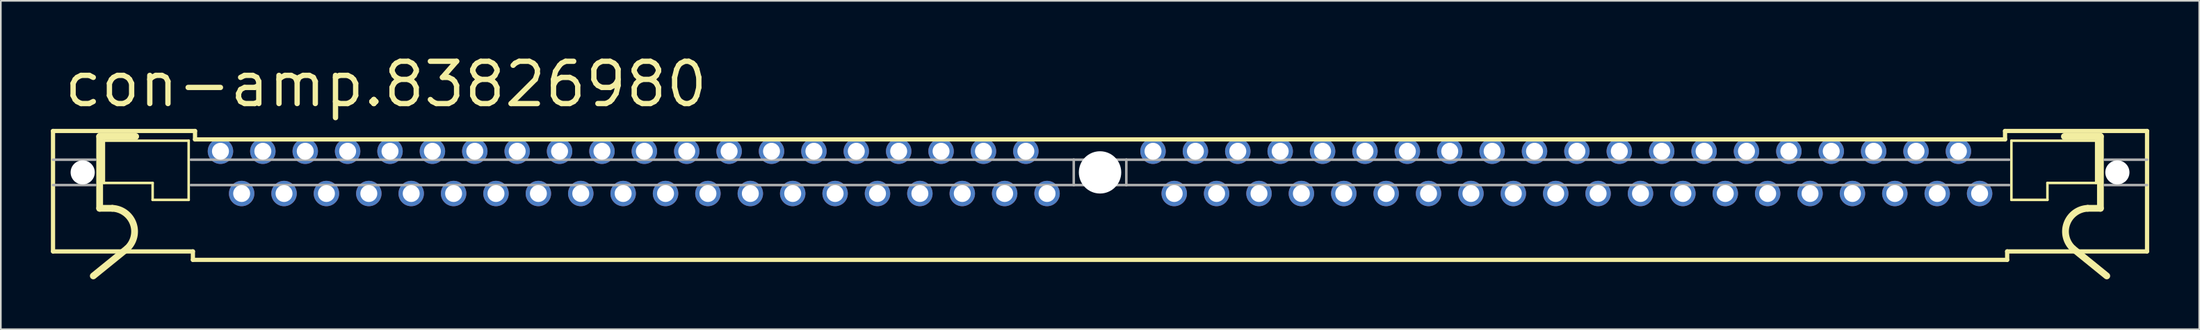
<source format=kicad_pcb>
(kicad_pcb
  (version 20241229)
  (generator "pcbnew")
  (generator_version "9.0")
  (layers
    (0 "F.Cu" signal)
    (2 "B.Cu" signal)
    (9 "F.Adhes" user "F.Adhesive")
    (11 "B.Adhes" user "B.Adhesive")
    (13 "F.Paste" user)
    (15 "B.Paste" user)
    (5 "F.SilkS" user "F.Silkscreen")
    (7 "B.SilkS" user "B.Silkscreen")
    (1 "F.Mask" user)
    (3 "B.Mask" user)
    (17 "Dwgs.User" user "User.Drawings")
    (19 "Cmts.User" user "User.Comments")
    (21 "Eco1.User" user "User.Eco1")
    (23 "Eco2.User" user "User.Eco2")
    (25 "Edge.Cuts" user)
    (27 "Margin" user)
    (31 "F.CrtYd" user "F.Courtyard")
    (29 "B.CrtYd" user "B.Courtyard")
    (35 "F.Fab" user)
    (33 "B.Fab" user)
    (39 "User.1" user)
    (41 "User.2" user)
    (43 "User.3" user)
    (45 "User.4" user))
  (footprint "con-amp.83826980"
    (layer "F.Cu")
    (at 62.865 7.31)
    (property "Reference" "con-amp.83826980" (at -62.23 -3.81 0) (layer "F.SilkS") (effects (font (size 2.54 2.54) (thickness 0.32)) (justify left bottom)))
    (attr through_hole)
    (fp_line (start -62.738 -2.489) (end -54.229 -2.489) (stroke (width 0.254) (type default)) (layer "F.SilkS"))
    (fp_line (start -62.738 4.75) (end -62.738 -2.489) (stroke (width 0.254) (type default)) (layer "F.SilkS"))
    (fp_line (start -59.944 -2.159) (end -59.944 2.159) (stroke (width 0.406) (type default)) (layer "F.SilkS"))
    (fp_line (start -59.944 2.159) (end -59.182 2.159) (stroke (width 0.406) (type default)) (layer "F.SilkS"))
    (fp_line (start -59.69 -1.905) (end -59.69 0.635) (stroke (width 0.152) (type default)) (layer "F.SilkS"))
    (fp_line (start -58.293 4.572) (end -60.325 6.223) (stroke (width 0.406) (type default)) (layer "F.SilkS"))
    (fp_line (start -57.785 -2.159) (end -59.944 -2.159) (stroke (width 0.406) (type default)) (layer "F.SilkS"))
    (fp_line (start -56.769 0.635) (end -59.69 0.635) (stroke (width 0.152) (type default)) (layer "F.SilkS"))
    (fp_line (start -56.769 1.651) (end -56.769 0.635) (stroke (width 0.152) (type default)) (layer "F.SilkS"))
    (fp_line (start -56.769 1.651) (end -54.61 1.651) (stroke (width 0.152) (type default)) (layer "F.SilkS"))
    (fp_line (start -54.61 -1.905) (end -59.69 -1.905) (stroke (width 0.152) (type default)) (layer "F.SilkS"))
    (fp_line (start -54.61 1.651) (end -54.61 -1.905) (stroke (width 0.152) (type default)) (layer "F.SilkS"))
    (fp_line (start -54.356 4.75) (end -62.738 4.75) (stroke (width 0.254) (type default)) (layer "F.SilkS"))
    (fp_line (start -54.356 5.258) (end -54.356 4.75) (stroke (width 0.254) (type default)) (layer "F.SilkS"))
    (fp_line (start -54.229 -1.981) (end -54.229 -2.489) (stroke (width 0.254) (type default)) (layer "F.SilkS"))
    (fp_line (start -54.229 -1.981) (end 54.229 -1.981) (stroke (width 0.254) (type default)) (layer "F.SilkS"))
    (fp_line (start 54.229 -2.489) (end 62.738 -2.489) (stroke (width 0.254) (type default)) (layer "F.SilkS"))
    (fp_line (start 54.229 -1.981) (end 54.229 -2.489) (stroke (width 0.254) (type default)) (layer "F.SilkS"))
    (fp_line (start 54.356 4.75) (end 54.356 5.258) (stroke (width 0.254) (type default)) (layer "F.SilkS"))
    (fp_line (start 54.356 5.258) (end -54.356 5.258) (stroke (width 0.254) (type default)) (layer "F.SilkS"))
    (fp_line (start 54.61 -1.905) (end 59.69 -1.905) (stroke (width 0.152) (type default)) (layer "F.SilkS"))
    (fp_line (start 54.61 1.651) (end 54.61 -1.905) (stroke (width 0.152) (type default)) (layer "F.SilkS"))
    (fp_line (start 56.769 0.635) (end 59.69 0.635) (stroke (width 0.152) (type default)) (layer "F.SilkS"))
    (fp_line (start 56.769 1.651) (end 54.61 1.651) (stroke (width 0.152) (type default)) (layer "F.SilkS"))
    (fp_line (start 56.769 1.651) (end 56.769 0.635) (stroke (width 0.152) (type default)) (layer "F.SilkS"))
    (fp_line (start 57.785 -2.159) (end 59.944 -2.159) (stroke (width 0.406) (type default)) (layer "F.SilkS"))
    (fp_line (start 58.293 4.572) (end 60.325 6.223) (stroke (width 0.406) (type default)) (layer "F.SilkS"))
    (fp_line (start 59.69 -1.905) (end 59.69 0.635) (stroke (width 0.152) (type default)) (layer "F.SilkS"))
    (fp_line (start 59.944 -2.159) (end 59.944 2.159) (stroke (width 0.406) (type default)) (layer "F.SilkS"))
    (fp_line (start 59.944 2.159) (end 59.182 2.159) (stroke (width 0.406) (type default)) (layer "F.SilkS"))
    (fp_line (start 62.738 -2.489) (end 62.738 4.75) (stroke (width 0.254) (type default)) (layer "F.SilkS"))
    (fp_line (start 62.738 4.75) (end 54.356 4.75) (stroke (width 0.254) (type default)) (layer "F.SilkS"))
    (fp_arc (start -59.182 2.159) (mid -57.936479 3.07034) (end -58.2931 4.5719) (stroke (width 0.4064) (type default)) (layer "F.SilkS"))
    (fp_arc (start 58.293 4.572) (mid 57.936368 3.070308) (end 59.182 2.1589) (stroke (width 0.4064) (type default)) (layer "F.SilkS"))
    (fp_line (start -62.738 -0.762) (end -60.198 -0.762) (stroke (width 0.152) (type default)) (layer "F.Fab"))
    (fp_line (start -62.738 0.762) (end -60.198 0.762) (stroke (width 0.152) (type default)) (layer "F.Fab"))
    (fp_line (start -54.483 -0.762) (end -1.575 -0.762) (stroke (width 0.152) (type default)) (layer "F.Fab"))
    (fp_line (start -54.483 0.762) (end -1.575 0.762) (stroke (width 0.152) (type default)) (layer "F.Fab"))
    (fp_line (start -1.575 -0.762) (end 1.575 -0.762) (stroke (width 0.152) (type default)) (layer "F.Fab"))
    (fp_line (start -1.575 0.762) (end -1.575 -0.762) (stroke (width 0.152) (type default)) (layer "F.Fab"))
    (fp_line (start -1.575 0.762) (end 1.575 0.762) (stroke (width 0.152) (type default)) (layer "F.Fab"))
    (fp_line (start 1.575 0.762) (end 1.575 -0.762) (stroke (width 0.152) (type default)) (layer "F.Fab"))
    (fp_line (start 54.483 -0.762) (end 1.575 -0.762) (stroke (width 0.152) (type default)) (layer "F.Fab"))
    (fp_line (start 54.483 0.762) (end 1.575 0.762) (stroke (width 0.152) (type default)) (layer "F.Fab"))
    (fp_line (start 62.738 -0.762) (end 60.198 -0.762) (stroke (width 0.152) (type default)) (layer "F.Fab"))
    (fp_line (start 62.738 0.762) (end 60.198 0.762) (stroke (width 0.152) (type default)) (layer "F.Fab"))
    (pad "" np_thru_hole circle (at -60.96 0) (size 1.448 1.448) (drill 1.448) (layers "*.Cu" "*.Mask"))
    (pad "" np_thru_hole circle (at 0 0) (size 2.54 2.54) (drill 2.54) (layers "*.Cu" "*.Mask"))
    (pad "" np_thru_hole circle (at 60.96 0) (size 1.448 1.448) (drill 1.448) (layers "*.Cu" "*.Mask"))
    (pad "1" thru_hole circle (at -52.705 -1.27) (size 1.524 1.524) (drill 1.016) (layers "*.Cu" "*.Mask"))
    (pad "2" thru_hole circle (at -51.435 1.27) (size 1.524 1.524) (drill 1.016) (layers "*.Cu" "*.Mask"))
    (pad "3" thru_hole circle (at -50.165 -1.27) (size 1.524 1.524) (drill 1.016) (layers "*.Cu" "*.Mask"))
    (pad "4" thru_hole circle (at -48.895 1.27) (size 1.524 1.524) (drill 1.016) (layers "*.Cu" "*.Mask"))
    (pad "5" thru_hole circle (at -47.625 -1.27) (size 1.524 1.524) (drill 1.016) (layers "*.Cu" "*.Mask"))
    (pad "6" thru_hole circle (at -46.355 1.27) (size 1.524 1.524) (drill 1.016) (layers "*.Cu" "*.Mask"))
    (pad "7" thru_hole circle (at -45.085 -1.27) (size 1.524 1.524) (drill 1.016) (layers "*.Cu" "*.Mask"))
    (pad "8" thru_hole circle (at -43.815 1.27) (size 1.524 1.524) (drill 1.016) (layers "*.Cu" "*.Mask"))
    (pad "9" thru_hole circle (at -42.545 -1.27) (size 1.524 1.524) (drill 1.016) (layers "*.Cu" "*.Mask"))
    (pad "10" thru_hole circle (at -41.275 1.27) (size 1.524 1.524) (drill 1.016) (layers "*.Cu" "*.Mask"))
    (pad "11" thru_hole circle (at -40.005 -1.27) (size 1.524 1.524) (drill 1.016) (layers "*.Cu" "*.Mask"))
    (pad "12" thru_hole circle (at -38.735 1.27) (size 1.524 1.524) (drill 1.016) (layers "*.Cu" "*.Mask"))
    (pad "13" thru_hole circle (at -37.465 -1.27) (size 1.524 1.524) (drill 1.016) (layers "*.Cu" "*.Mask"))
    (pad "14" thru_hole circle (at -36.195 1.27) (size 1.524 1.524) (drill 1.016) (layers "*.Cu" "*.Mask"))
    (pad "15" thru_hole circle (at -34.925 -1.27) (size 1.524 1.524) (drill 1.016) (layers "*.Cu" "*.Mask"))
    (pad "16" thru_hole circle (at -33.655 1.27) (size 1.524 1.524) (drill 1.016) (layers "*.Cu" "*.Mask"))
    (pad "17" thru_hole circle (at -32.385 -1.27) (size 1.524 1.524) (drill 1.016) (layers "*.Cu" "*.Mask"))
    (pad "18" thru_hole circle (at -31.115 1.27) (size 1.524 1.524) (drill 1.016) (layers "*.Cu" "*.Mask"))
    (pad "19" thru_hole circle (at -29.845 -1.27) (size 1.524 1.524) (drill 1.016) (layers "*.Cu" "*.Mask"))
    (pad "20" thru_hole circle (at -28.575 1.27) (size 1.524 1.524) (drill 1.016) (layers "*.Cu" "*.Mask"))
    (pad "21" thru_hole circle (at -27.305 -1.27) (size 1.524 1.524) (drill 1.016) (layers "*.Cu" "*.Mask"))
    (pad "22" thru_hole circle (at -26.035 1.27) (size 1.524 1.524) (drill 1.016) (layers "*.Cu" "*.Mask"))
    (pad "23" thru_hole circle (at -24.765 -1.27) (size 1.524 1.524) (drill 1.016) (layers "*.Cu" "*.Mask"))
    (pad "24" thru_hole circle (at -23.495 1.27) (size 1.524 1.524) (drill 1.016) (layers "*.Cu" "*.Mask"))
    (pad "25" thru_hole circle (at -22.225 -1.27) (size 1.524 1.524) (drill 1.016) (layers "*.Cu" "*.Mask"))
    (pad "26" thru_hole circle (at -20.955 1.27) (size 1.524 1.524) (drill 1.016) (layers "*.Cu" "*.Mask"))
    (pad "27" thru_hole circle (at -19.685 -1.27) (size 1.524 1.524) (drill 1.016) (layers "*.Cu" "*.Mask"))
    (pad "28" thru_hole circle (at -18.415 1.27) (size 1.524 1.524) (drill 1.016) (layers "*.Cu" "*.Mask"))
    (pad "29" thru_hole circle (at -17.145 -1.27) (size 1.524 1.524) (drill 1.016) (layers "*.Cu" "*.Mask"))
    (pad "30" thru_hole circle (at -15.875 1.27) (size 1.524 1.524) (drill 1.016) (layers "*.Cu" "*.Mask"))
    (pad "31" thru_hole circle (at -14.605 -1.27) (size 1.524 1.524) (drill 1.016) (layers "*.Cu" "*.Mask"))
    (pad "32" thru_hole circle (at -13.335 1.27) (size 1.524 1.524) (drill 1.016) (layers "*.Cu" "*.Mask"))
    (pad "33" thru_hole circle (at -12.065 -1.27) (size 1.524 1.524) (drill 1.016) (layers "*.Cu" "*.Mask"))
    (pad "34" thru_hole circle (at -10.795 1.27) (size 1.524 1.524) (drill 1.016) (layers "*.Cu" "*.Mask"))
    (pad "35" thru_hole circle (at -9.525 -1.27) (size 1.524 1.524) (drill 1.016) (layers "*.Cu" "*.Mask"))
    (pad "36" thru_hole circle (at -8.255 1.27) (size 1.524 1.524) (drill 1.016) (layers "*.Cu" "*.Mask"))
    (pad "37" thru_hole circle (at -6.985 -1.27) (size 1.524 1.524) (drill 1.016) (layers "*.Cu" "*.Mask"))
    (pad "38" thru_hole circle (at -5.715 1.27) (size 1.524 1.524) (drill 1.016) (layers "*.Cu" "*.Mask"))
    (pad "39" thru_hole circle (at -4.445 -1.27) (size 1.524 1.524) (drill 1.016) (layers "*.Cu" "*.Mask"))
    (pad "40" thru_hole circle (at -3.175 1.27) (size 1.524 1.524) (drill 1.016) (layers "*.Cu" "*.Mask"))
    (pad "41" thru_hole circle (at 3.175 -1.27) (size 1.524 1.524) (drill 1.016) (layers "*.Cu" "*.Mask"))
    (pad "42" thru_hole circle (at 4.445 1.27) (size 1.524 1.524) (drill 1.016) (layers "*.Cu" "*.Mask"))
    (pad "43" thru_hole circle (at 5.715 -1.27) (size 1.524 1.524) (drill 1.016) (layers "*.Cu" "*.Mask"))
    (pad "44" thru_hole circle (at 6.985 1.27) (size 1.524 1.524) (drill 1.016) (layers "*.Cu" "*.Mask"))
    (pad "45" thru_hole circle (at 8.255 -1.27) (size 1.524 1.524) (drill 1.016) (layers "*.Cu" "*.Mask"))
    (pad "46" thru_hole circle (at 9.525 1.27) (size 1.524 1.524) (drill 1.016) (layers "*.Cu" "*.Mask"))
    (pad "47" thru_hole circle (at 10.795 -1.27) (size 1.524 1.524) (drill 1.016) (layers "*.Cu" "*.Mask"))
    (pad "48" thru_hole circle (at 12.065 1.27) (size 1.524 1.524) (drill 1.016) (layers "*.Cu" "*.Mask"))
    (pad "49" thru_hole circle (at 13.335 -1.27) (size 1.524 1.524) (drill 1.016) (layers "*.Cu" "*.Mask"))
    (pad "50" thru_hole circle (at 14.605 1.27) (size 1.524 1.524) (drill 1.016) (layers "*.Cu" "*.Mask"))
    (pad "51" thru_hole circle (at 15.875 -1.27) (size 1.524 1.524) (drill 1.016) (layers "*.Cu" "*.Mask"))
    (pad "52" thru_hole circle (at 17.145 1.27) (size 1.524 1.524) (drill 1.016) (layers "*.Cu" "*.Mask"))
    (pad "53" thru_hole circle (at 18.415 -1.27) (size 1.524 1.524) (drill 1.016) (layers "*.Cu" "*.Mask"))
    (pad "54" thru_hole circle (at 19.685 1.27) (size 1.524 1.524) (drill 1.016) (layers "*.Cu" "*.Mask"))
    (pad "55" thru_hole circle (at 20.955 -1.27) (size 1.524 1.524) (drill 1.016) (layers "*.Cu" "*.Mask"))
    (pad "56" thru_hole circle (at 22.225 1.27) (size 1.524 1.524) (drill 1.016) (layers "*.Cu" "*.Mask"))
    (pad "57" thru_hole circle (at 23.495 -1.27) (size 1.524 1.524) (drill 1.016) (layers "*.Cu" "*.Mask"))
    (pad "58" thru_hole circle (at 24.765 1.27) (size 1.524 1.524) (drill 1.016) (layers "*.Cu" "*.Mask"))
    (pad "59" thru_hole circle (at 26.035 -1.27) (size 1.524 1.524) (drill 1.016) (layers "*.Cu" "*.Mask"))
    (pad "60" thru_hole circle (at 27.305 1.27) (size 1.524 1.524) (drill 1.016) (layers "*.Cu" "*.Mask"))
    (pad "61" thru_hole circle (at 28.575 -1.27) (size 1.524 1.524) (drill 1.016) (layers "*.Cu" "*.Mask"))
    (pad "62" thru_hole circle (at 29.845 1.27) (size 1.524 1.524) (drill 1.016) (layers "*.Cu" "*.Mask"))
    (pad "63" thru_hole circle (at 31.115 -1.27) (size 1.524 1.524) (drill 1.016) (layers "*.Cu" "*.Mask"))
    (pad "64" thru_hole circle (at 32.385 1.27) (size 1.524 1.524) (drill 1.016) (layers "*.Cu" "*.Mask"))
    (pad "65" thru_hole circle (at 33.655 -1.27) (size 1.524 1.524) (drill 1.016) (layers "*.Cu" "*.Mask"))
    (pad "66" thru_hole circle (at 34.925 1.27) (size 1.524 1.524) (drill 1.016) (layers "*.Cu" "*.Mask"))
    (pad "67" thru_hole circle (at 36.195 -1.27) (size 1.524 1.524) (drill 1.016) (layers "*.Cu" "*.Mask"))
    (pad "68" thru_hole circle (at 37.465 1.27) (size 1.524 1.524) (drill 1.016) (layers "*.Cu" "*.Mask"))
    (pad "69" thru_hole circle (at 38.735 -1.27) (size 1.524 1.524) (drill 1.016) (layers "*.Cu" "*.Mask"))
    (pad "70" thru_hole circle (at 40.005 1.27) (size 1.524 1.524) (drill 1.016) (layers "*.Cu" "*.Mask"))
    (pad "71" thru_hole circle (at 41.275 -1.27) (size 1.524 1.524) (drill 1.016) (layers "*.Cu" "*.Mask"))
    (pad "72" thru_hole circle (at 42.545 1.27) (size 1.524 1.524) (drill 1.016) (layers "*.Cu" "*.Mask"))
    (pad "73" thru_hole circle (at 43.815 -1.27) (size 1.524 1.524) (drill 1.016) (layers "*.Cu" "*.Mask"))
    (pad "74" thru_hole circle (at 45.085 1.27) (size 1.524 1.524) (drill 1.016) (layers "*.Cu" "*.Mask"))
    (pad "75" thru_hole circle (at 46.355 -1.27) (size 1.524 1.524) (drill 1.016) (layers "*.Cu" "*.Mask"))
    (pad "76" thru_hole circle (at 47.625 1.27) (size 1.524 1.524) (drill 1.016) (layers "*.Cu" "*.Mask"))
    (pad "77" thru_hole circle (at 48.895 -1.27) (size 1.524 1.524) (drill 1.016) (layers "*.Cu" "*.Mask"))
    (pad "78" thru_hole circle (at 50.165 1.27) (size 1.524 1.524) (drill 1.016) (layers "*.Cu" "*.Mask"))
    (pad "79" thru_hole circle (at 51.435 -1.27) (size 1.524 1.524) (drill 1.016) (layers "*.Cu" "*.Mask"))
    (pad "80" thru_hole circle (at 52.705 1.27) (size 1.524 1.524) (drill 1.016) (layers "*.Cu" "*.Mask")))
  (gr_rect
    (start -3 -3)
    (end 128.73 16.736)
    (stroke (width 0.1) (type default))
    (fill no)
    (layer "Edge.Cuts")))
</source>
